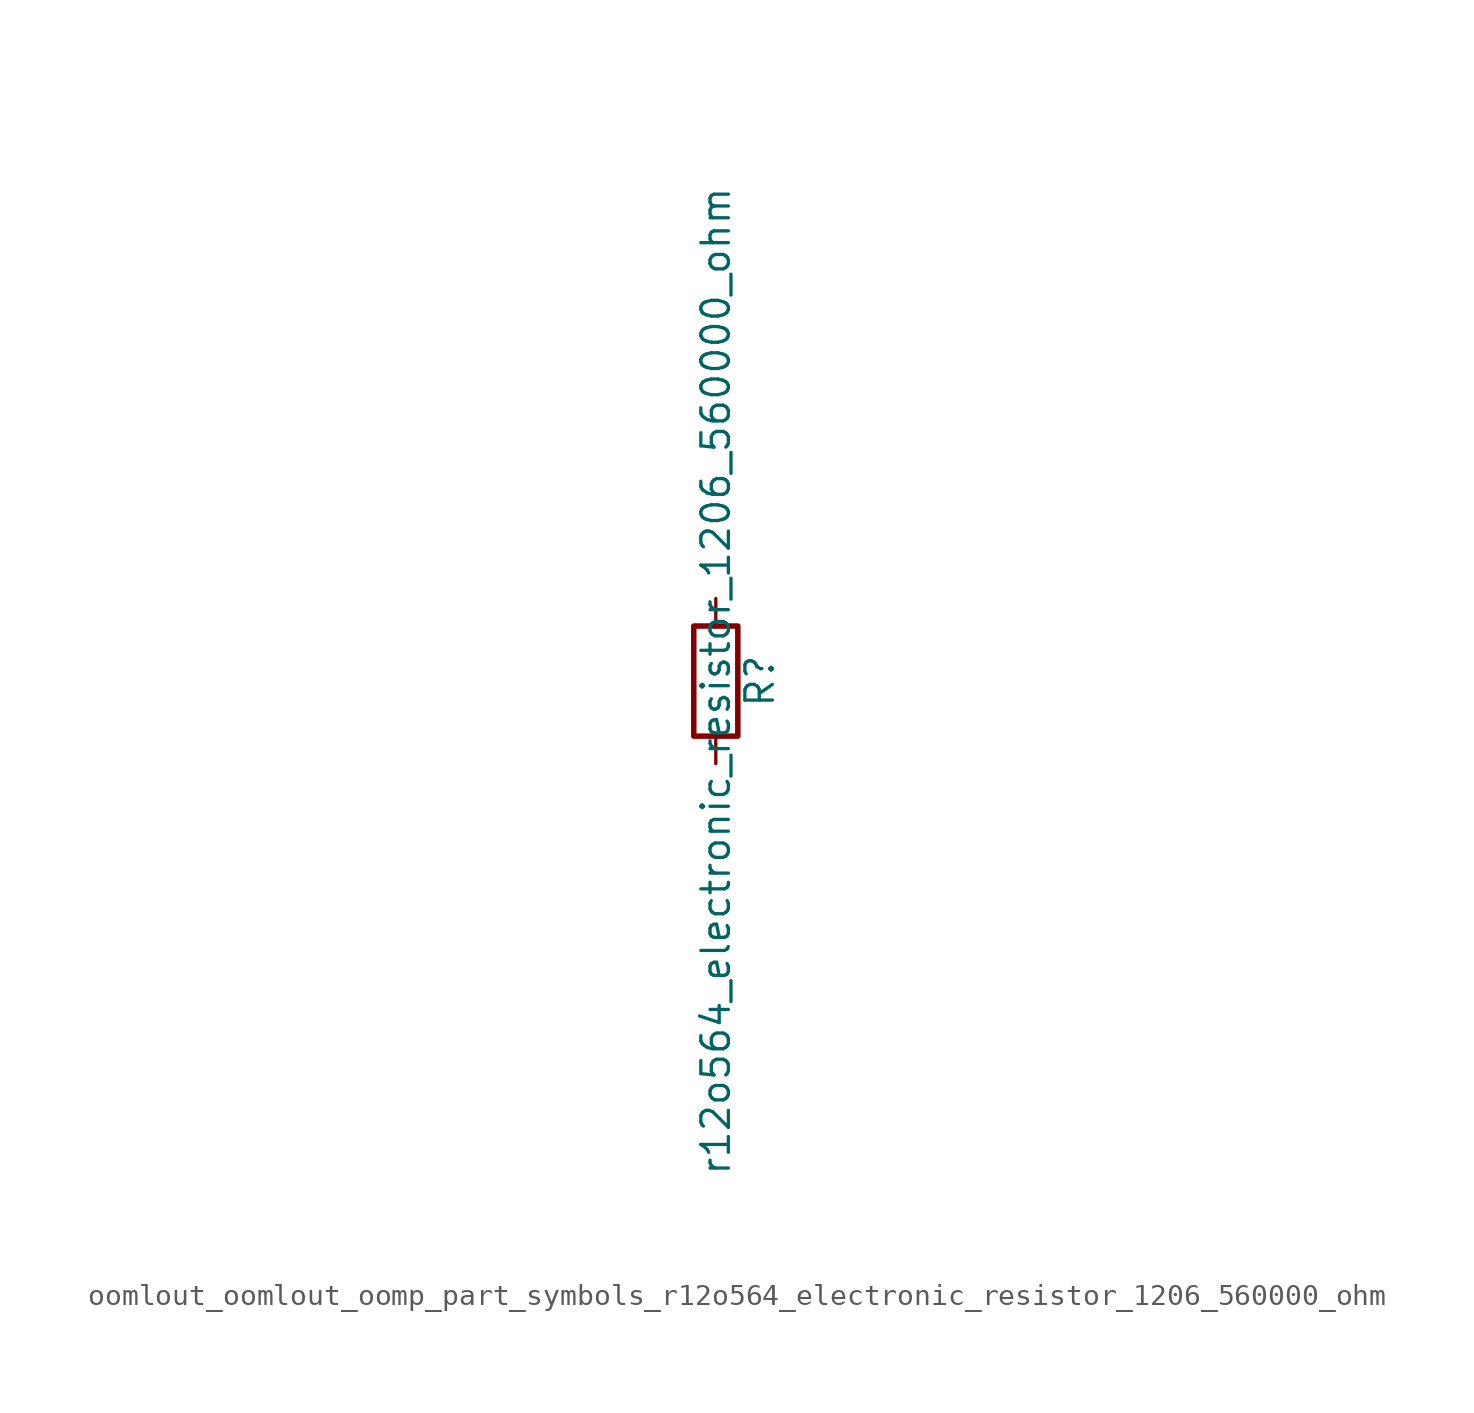
<source format=kicad_sym>
(kicad_symbol_lib
  (version 20220914)
  (generator kicad_symbol_editor)
  (symbol "oomlout_oomlout_oomp_part_symbols_r12o564_electronic_resistor_1206_560000_ohm"
    (pin_numbers hide)
    (pin_names
      (offset 0))
    (property "Reference" "R"
      (at 2.032 0 90)
      (effects (font (size 1.27 1.27))))
    (property "Value" "r12o564_electronic_resistor_1206_560000_ohm"
      (at 0 0 90)
      (effects (font (size 1.27 1.27))))
    (symbol "oomlout_oomlout_oomp_part_symbols_r12o564_electronic_resistor_1206_560000_ohm_0_1"
      (rectangle (start -1.016 -2.54) (end 1.016 2.54) (stroke (width 0.254) (type default)) (fill (type none))))
    (symbol "oomlout_oomlout_oomp_part_symbols_r12o564_electronic_resistor_1206_560000_ohm_1_1"
      (pin passive line (at 0 3.81 270) (length 1.27) (name "~" (effects (font (size 1.27 1.27)))) (number "1" (effects (font (size 1.27 1.27)))))
      (pin passive line (at 0 -3.81 90) (length 1.27) (name "~" (effects (font (size 1.27 1.27)))) (number "2" (effects (font (size 1.27 1.27))))))))
</source>
